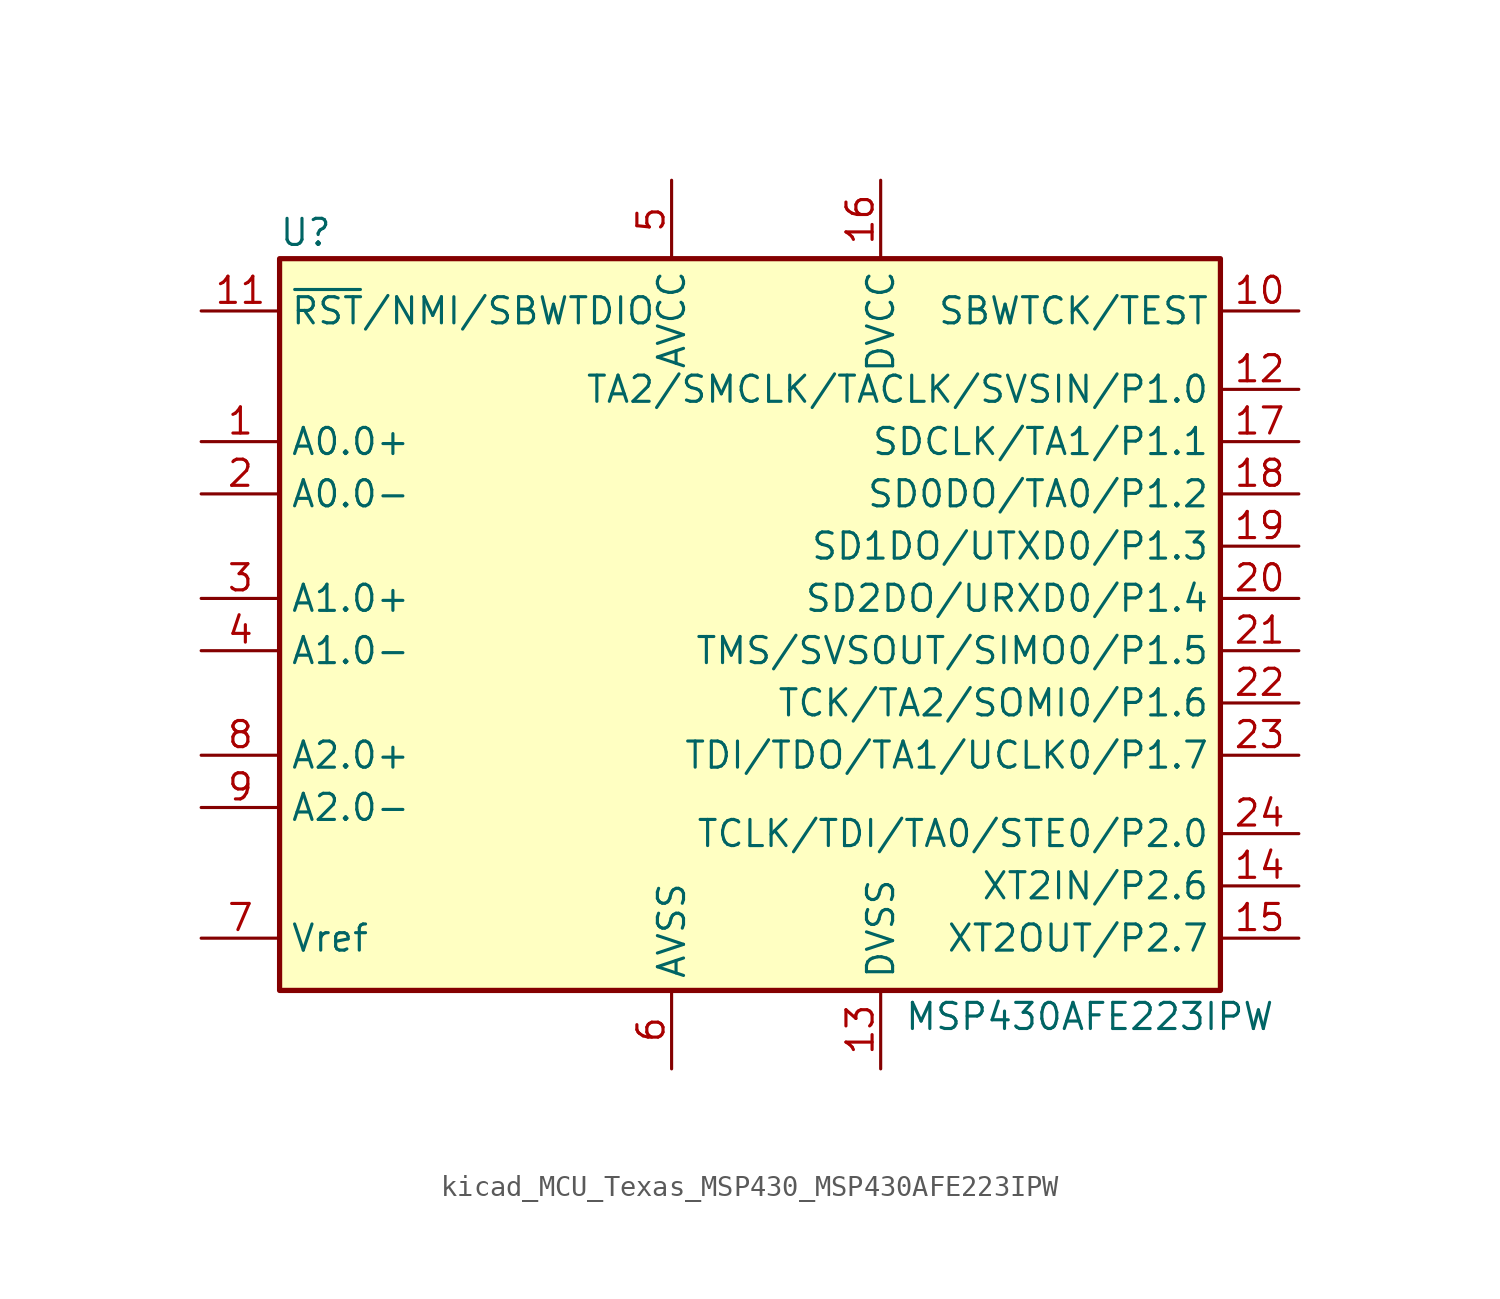
<source format=kicad_sym>
(kicad_symbol_lib
  (version 20220914)
  (generator kicad_symbol_editor)
  (symbol "kicad_MCU_Texas_MSP430_MSP430AFE223IPW"
    (property "Reference" "U"
      (at -22.86 19.05 0)
      (effects (font (size 1.27 1.27))))
    (property "Value" "MSP430AFE223IPW"
      (at 15.24 -19.05 0)
      (effects (font (size 1.27 1.27))))
    (symbol "kicad_MCU_Texas_MSP430_MSP430AFE223IPW_0_1"
      (rectangle (start -24.13 17.78) (end 21.59 -17.78) (stroke (width 0.254) (type default)) (fill (type background))))
    (symbol "kicad_MCU_Texas_MSP430_MSP430AFE223IPW_1_1"
      (pin passive line (at -27.94 8.89 0) (length 3.81) (name "A0.0+" (effects (font (size 1.27 1.27)))) (number "1" (effects (font (size 1.27 1.27)))))
      (pin input line (at 25.4 15.24 180) (length 3.81) (name "SBWTCK/TEST" (effects (font (size 1.27 1.27)))) (number "10" (effects (font (size 1.27 1.27)))))
      (pin input line (at -27.94 15.24 0) (length 3.81) (name "~{RST}/NMI/SBWTDIO" (effects (font (size 1.27 1.27)))) (number "11" (effects (font (size 1.27 1.27)))))
      (pin bidirectional line (at 25.4 11.43 180) (length 3.81) (name "TA2/SMCLK/TACLK/SVSIN/P1.0" (effects (font (size 1.27 1.27)))) (number "12" (effects (font (size 1.27 1.27)))))
      (pin power_in line (at 5.08 -21.59 90) (length 3.81) (name "DVSS" (effects (font (size 1.27 1.27)))) (number "13" (effects (font (size 1.27 1.27)))))
      (pin bidirectional line (at 25.4 -12.7 180) (length 3.81) (name "XT2IN/P2.6" (effects (font (size 1.27 1.27)))) (number "14" (effects (font (size 1.27 1.27)))))
      (pin bidirectional line (at 25.4 -15.24 180) (length 3.81) (name "XT2OUT/P2.7" (effects (font (size 1.27 1.27)))) (number "15" (effects (font (size 1.27 1.27)))))
      (pin power_in line (at 5.08 21.59 270) (length 3.81) (name "DVCC" (effects (font (size 1.27 1.27)))) (number "16" (effects (font (size 1.27 1.27)))))
      (pin bidirectional line (at 25.4 8.89 180) (length 3.81) (name "SDCLK/TA1/P1.1" (effects (font (size 1.27 1.27)))) (number "17" (effects (font (size 1.27 1.27)))))
      (pin bidirectional line (at 25.4 6.35 180) (length 3.81) (name "SD0DO/TA0/P1.2" (effects (font (size 1.27 1.27)))) (number "18" (effects (font (size 1.27 1.27)))))
      (pin bidirectional line (at 25.4 3.81 180) (length 3.81) (name "SD1DO/UTXD0/P1.3" (effects (font (size 1.27 1.27)))) (number "19" (effects (font (size 1.27 1.27)))))
      (pin passive line (at -27.94 6.35 0) (length 3.81) (name "A0.0-" (effects (font (size 1.27 1.27)))) (number "2" (effects (font (size 1.27 1.27)))))
      (pin bidirectional line (at 25.4 1.27 180) (length 3.81) (name "SD2DO/URXD0/P1.4" (effects (font (size 1.27 1.27)))) (number "20" (effects (font (size 1.27 1.27)))))
      (pin bidirectional line (at 25.4 -1.27 180) (length 3.81) (name "TMS/SVSOUT/SIMO0/P1.5" (effects (font (size 1.27 1.27)))) (number "21" (effects (font (size 1.27 1.27)))))
      (pin bidirectional line (at 25.4 -3.81 180) (length 3.81) (name "TCK/TA2/SOMI0/P1.6" (effects (font (size 1.27 1.27)))) (number "22" (effects (font (size 1.27 1.27)))))
      (pin bidirectional line (at 25.4 -6.35 180) (length 3.81) (name "TDI/TDO/TA1/UCLK0/P1.7" (effects (font (size 1.27 1.27)))) (number "23" (effects (font (size 1.27 1.27)))))
      (pin bidirectional line (at 25.4 -10.16 180) (length 3.81) (name "TCLK/TDI/TA0/STE0/P2.0" (effects (font (size 1.27 1.27)))) (number "24" (effects (font (size 1.27 1.27)))))
      (pin passive line (at -27.94 1.27 0) (length 3.81) (name "A1.0+" (effects (font (size 1.27 1.27)))) (number "3" (effects (font (size 1.27 1.27)))))
      (pin passive line (at -27.94 -1.27 0) (length 3.81) (name "A1.0-" (effects (font (size 1.27 1.27)))) (number "4" (effects (font (size 1.27 1.27)))))
      (pin power_in line (at -5.08 21.59 270) (length 3.81) (name "AVCC" (effects (font (size 1.27 1.27)))) (number "5" (effects (font (size 1.27 1.27)))))
      (pin power_in line (at -5.08 -21.59 90) (length 3.81) (name "AVSS" (effects (font (size 1.27 1.27)))) (number "6" (effects (font (size 1.27 1.27)))))
      (pin passive line (at -27.94 -15.24 0) (length 3.81) (name "Vref" (effects (font (size 1.27 1.27)))) (number "7" (effects (font (size 1.27 1.27)))))
      (pin passive line (at -27.94 -6.35 0) (length 3.81) (name "A2.0+" (effects (font (size 1.27 1.27)))) (number "8" (effects (font (size 1.27 1.27)))))
      (pin passive line (at -27.94 -8.89 0) (length 3.81) (name "A2.0-" (effects (font (size 1.27 1.27)))) (number "9" (effects (font (size 1.27 1.27))))))))
</source>
